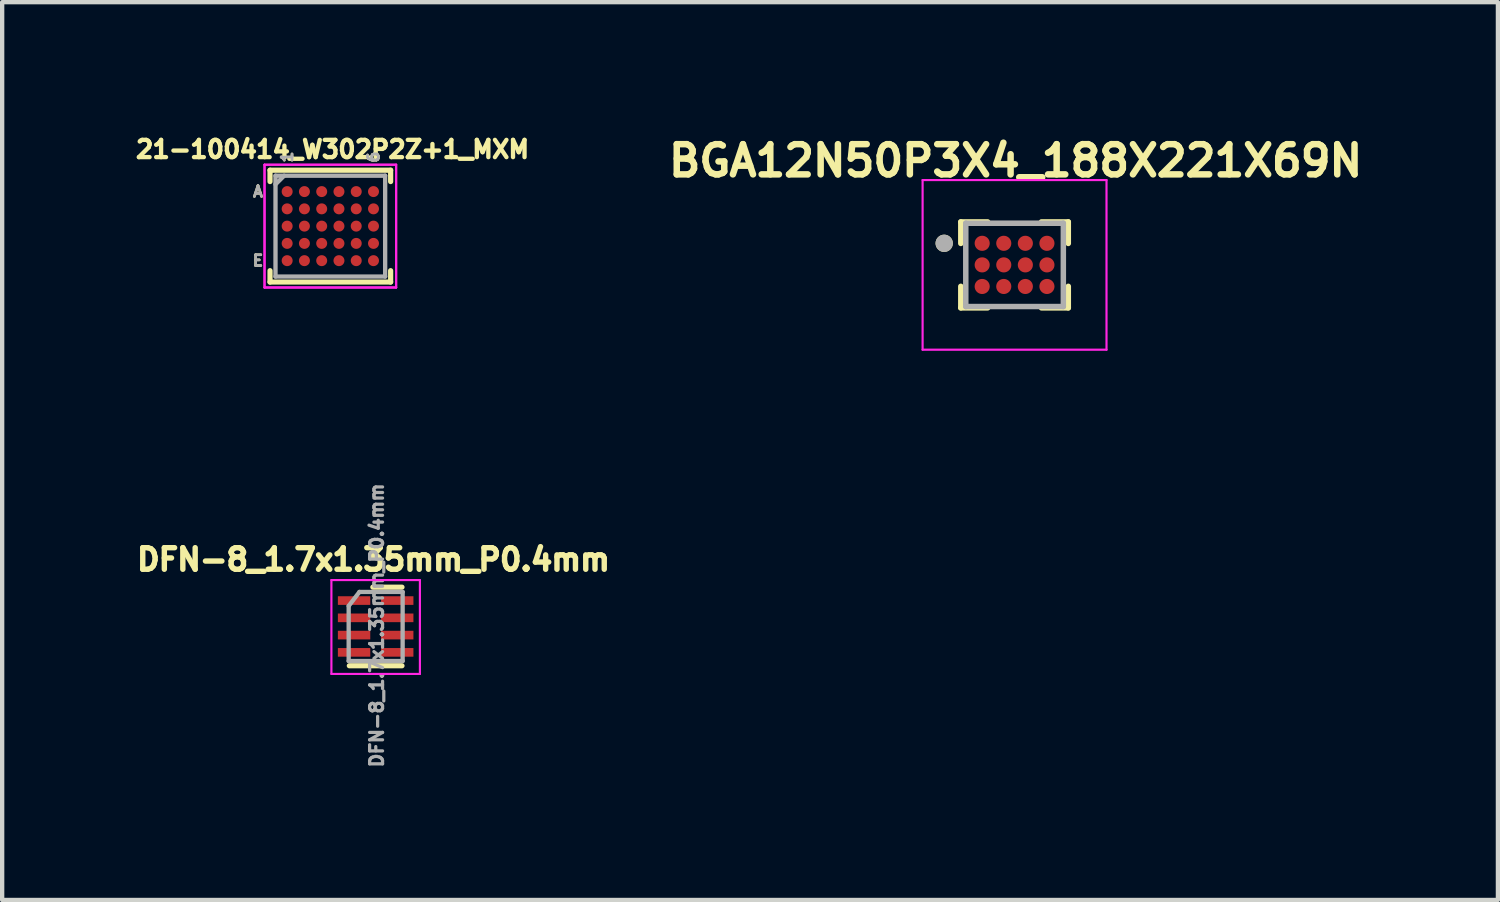
<source format=kicad_pcb>
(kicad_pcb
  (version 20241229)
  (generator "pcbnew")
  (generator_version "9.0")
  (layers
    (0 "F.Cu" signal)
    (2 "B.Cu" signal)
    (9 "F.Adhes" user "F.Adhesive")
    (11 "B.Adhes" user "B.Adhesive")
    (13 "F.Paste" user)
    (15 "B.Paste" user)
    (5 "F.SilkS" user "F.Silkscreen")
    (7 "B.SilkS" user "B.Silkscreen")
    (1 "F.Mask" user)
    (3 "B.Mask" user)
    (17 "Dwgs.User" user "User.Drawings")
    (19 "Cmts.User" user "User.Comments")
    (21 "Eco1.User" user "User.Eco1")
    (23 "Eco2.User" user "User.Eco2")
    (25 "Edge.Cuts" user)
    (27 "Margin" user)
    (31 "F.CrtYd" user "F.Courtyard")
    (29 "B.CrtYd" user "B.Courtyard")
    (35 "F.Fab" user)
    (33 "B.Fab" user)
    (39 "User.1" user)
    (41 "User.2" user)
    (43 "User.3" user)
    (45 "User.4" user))
  (footprint "21-100414_W302P2Z+1_MXM"
    (layer "F.Cu")
    (at 4.602 2.188)
    (property "Reference" "21-100414_W302P2Z+1_MXM" (at 0.051 -1.778 0) (layer "F.SilkS") (effects (font (size 0.4 0.4) (thickness 0.1))))
    (attr through_hole)
    (fp_line (start -1.397 -1.295) (end -1.397 -1.032) (stroke (width 0.12) (type solid)) (layer "F.SilkS"))
    (fp_line (start -1.397 1.032) (end -1.397 1.295) (stroke (width 0.12) (type solid)) (layer "F.SilkS"))
    (fp_line (start -1.397 1.295) (end 1.397 1.295) (stroke (width 0.12) (type solid)) (layer "F.SilkS"))
    (fp_line (start 1.397 -1.295) (end -1.397 -1.295) (stroke (width 0.12) (type solid)) (layer "F.SilkS"))
    (fp_line (start 1.397 -1.032) (end 1.397 -1.295) (stroke (width 0.12) (type solid)) (layer "F.SilkS"))
    (fp_line (start 1.397 1.295) (end 1.397 1.032) (stroke (width 0.12) (type solid)) (layer "F.SilkS"))
    (fp_line (start -1.524 -1.422) (end 1.524 -1.422) (stroke (width 0.05) (type solid)) (layer "F.CrtYd"))
    (fp_line (start -1.524 -1.422) (end 1.524 -1.422) (stroke (width 0.05) (type solid)) (layer "F.CrtYd"))
    (fp_line (start -1.524 1.422) (end -1.524 -1.422) (stroke (width 0.05) (type solid)) (layer "F.CrtYd"))
    (fp_line (start -1.524 1.422) (end -1.524 -1.422) (stroke (width 0.05) (type solid)) (layer "F.CrtYd"))
    (fp_line (start 1.524 -1.422) (end 1.524 1.422) (stroke (width 0.05) (type solid)) (layer "F.CrtYd"))
    (fp_line (start 1.524 -1.422) (end 1.524 1.422) (stroke (width 0.05) (type solid)) (layer "F.CrtYd"))
    (fp_line (start 1.524 1.422) (end -1.524 1.422) (stroke (width 0.05) (type solid)) (layer "F.CrtYd"))
    (fp_line (start 1.524 1.422) (end -1.524 1.422) (stroke (width 0.05) (type solid)) (layer "F.CrtYd"))
    (fp_line (start -1.27 -1.168) (end -1.27 1.168) (stroke (width 0.1) (type solid)) (layer "F.Fab"))
    (fp_line (start -1.27 1.168) (end 1.27 1.168) (stroke (width 0.1) (type solid)) (layer "F.Fab"))
    (fp_line (start -1.07 -1.168) (end -1.27 -0.968) (stroke (width 0.1) (type solid)) (layer "F.Fab"))
    (fp_line (start 1.27 -1.168) (end -1.27 -1.168) (stroke (width 0.1) (type solid)) (layer "F.Fab"))
    (fp_line (start 1.27 1.168) (end 1.27 -1.168) (stroke (width 0.1) (type solid)) (layer "F.Fab"))
    (fp_text user "1" (at -1 -1.6 90) (layer "F.SilkS") (effects (font (size 0.25 0.25) (thickness 0.062))))
    (fp_text user "E" (at -1.676 0.8 0) (layer "F.SilkS") (effects (font (size 0.25 0.25) (thickness 0.062))))
    (fp_text user "6" (at 1 -1.6 90) (layer "F.SilkS") (effects (font (size 0.25 0.25) (thickness 0.062))))
    (fp_text user "A" (at -1.676 -0.8 0) (layer "F.SilkS") (effects (font (size 0.25 0.25) (thickness 0.062))))
    (fp_text user "E" (at -1.676 0.8 0) (layer "F.Fab") (effects (font (size 0.25 0.25) (thickness 0.062))))
    (fp_text user "1" (at -1 -1.6 90) (layer "F.Fab") (effects (font (size 0.25 0.25) (thickness 0.062))))
    (fp_text user "A" (at -1.676 -0.8 0) (layer "F.Fab") (effects (font (size 0.25 0.25) (thickness 0.062))))
    (fp_text user "6" (at 1 -1.6 90) (layer "F.Fab") (effects (font (size 0.25 0.25) (thickness 0.062))))
    (pad "A1" smd circle (at -1 -0.8) (size 0.254 0.254) (layers "F.Cu" "F.Mask" "F.Paste"))
    (pad "A2" smd circle (at -0.6 -0.8) (size 0.254 0.254) (layers "F.Cu" "F.Mask" "F.Paste"))
    (pad "A3" smd circle (at -0.2 -0.8) (size 0.254 0.254) (layers "F.Cu" "F.Mask" "F.Paste"))
    (pad "A4" smd circle (at 0.2 -0.8) (size 0.254 0.254) (layers "F.Cu" "F.Mask" "F.Paste"))
    (pad "A5" smd circle (at 0.6 -0.8) (size 0.254 0.254) (layers "F.Cu" "F.Mask" "F.Paste"))
    (pad "A6" smd circle (at 1 -0.8) (size 0.254 0.254) (layers "F.Cu" "F.Mask" "F.Paste"))
    (pad "B1" smd circle (at -1 -0.4) (size 0.254 0.254) (layers "F.Cu" "F.Mask" "F.Paste"))
    (pad "B2" smd circle (at -0.6 -0.4) (size 0.254 0.254) (layers "F.Cu" "F.Mask" "F.Paste"))
    (pad "B3" smd circle (at -0.2 -0.4) (size 0.254 0.254) (layers "F.Cu" "F.Mask" "F.Paste"))
    (pad "B4" smd circle (at 0.2 -0.4) (size 0.254 0.254) (layers "F.Cu" "F.Mask" "F.Paste"))
    (pad "B5" smd circle (at 0.6 -0.4) (size 0.254 0.254) (layers "F.Cu" "F.Mask" "F.Paste"))
    (pad "B6" smd circle (at 1 -0.4) (size 0.254 0.254) (layers "F.Cu" "F.Mask" "F.Paste"))
    (pad "C1" smd circle (at -1 0) (size 0.254 0.254) (layers "F.Cu" "F.Mask" "F.Paste"))
    (pad "C2" smd circle (at -0.6 0) (size 0.254 0.254) (layers "F.Cu" "F.Mask" "F.Paste"))
    (pad "C3" smd circle (at -0.2 0) (size 0.254 0.254) (layers "F.Cu" "F.Mask" "F.Paste"))
    (pad "C4" smd circle (at 0.2 0) (size 0.254 0.254) (layers "F.Cu" "F.Mask" "F.Paste"))
    (pad "C5" smd circle (at 0.6 0) (size 0.254 0.254) (layers "F.Cu" "F.Mask" "F.Paste"))
    (pad "C6" smd circle (at 1 0) (size 0.254 0.254) (layers "F.Cu" "F.Mask" "F.Paste"))
    (pad "D1" smd circle (at -1 0.4) (size 0.254 0.254) (layers "F.Cu" "F.Mask" "F.Paste"))
    (pad "D2" smd circle (at -0.6 0.4) (size 0.254 0.254) (layers "F.Cu" "F.Mask" "F.Paste"))
    (pad "D3" smd circle (at -0.2 0.4) (size 0.254 0.254) (layers "F.Cu" "F.Mask" "F.Paste"))
    (pad "D4" smd circle (at 0.2 0.4) (size 0.254 0.254) (layers "F.Cu" "F.Mask" "F.Paste"))
    (pad "D5" smd circle (at 0.6 0.4) (size 0.254 0.254) (layers "F.Cu" "F.Mask" "F.Paste"))
    (pad "D6" smd circle (at 1 0.4) (size 0.254 0.254) (layers "F.Cu" "F.Mask" "F.Paste"))
    (pad "E1" smd circle (at -1 0.8) (size 0.254 0.254) (layers "F.Cu" "F.Mask" "F.Paste"))
    (pad "E2" smd circle (at -0.6 0.8) (size 0.254 0.254) (layers "F.Cu" "F.Mask" "F.Paste"))
    (pad "E3" smd circle (at -0.2 0.8) (size 0.254 0.254) (layers "F.Cu" "F.Mask" "F.Paste"))
    (pad "E4" smd circle (at 0.2 0.8) (size 0.254 0.254) (layers "F.Cu" "F.Mask" "F.Paste"))
    (pad "E5" smd circle (at 0.6 0.8) (size 0.254 0.254) (layers "F.Cu" "F.Mask" "F.Paste"))
    (pad "E6" smd circle (at 1 0.8) (size 0.254 0.254) (layers "F.Cu" "F.Mask" "F.Paste")))
  (footprint "DFN-8_1.7x1.35mm_P0.4mm"
    (layer "F.Cu")
    (at 6.102 11.612)
    (property "Reference" "DFN-8_1.7x1.35mm_P0.4mm" (at -0.5 -1.7 0) (layer "F.SilkS") (effects (font (size 0.5 0.5) (thickness 0.125))))
    (attr smd)
    (fp_line (start -1.06 0.76) (end 0.16 0.76) (stroke (width 0.12) (type solid)) (layer "F.SilkS"))
    (fp_line (start -0.515 -1.06) (end 0.16 -1.06) (stroke (width 0.12) (type solid)) (layer "F.SilkS"))
    (fp_line (start -1.475 -1.225) (end -1.475 0.95) (stroke (width 0.05) (type solid)) (layer "F.CrtYd"))
    (fp_line (start -1.475 -1.225) (end 0.575 -1.225) (stroke (width 0.05) (type solid)) (layer "F.CrtYd"))
    (fp_line (start -1.475 0.95) (end 0.575 0.95) (stroke (width 0.05) (type solid)) (layer "F.CrtYd"))
    (fp_line (start 0.575 -1.225) (end 0.575 0.95) (stroke (width 0.05) (type solid)) (layer "F.CrtYd"))
    (fp_line (start -1.075 -0.625) (end -0.825 -0.95) (stroke (width 0.1) (type solid)) (layer "F.Fab"))
    (fp_line (start -1.075 0.65) (end -1.075 -0.625) (stroke (width 0.1) (type solid)) (layer "F.Fab"))
    (fp_line (start -0.825 -0.95) (end 0.175 -0.95) (stroke (width 0.1) (type solid)) (layer "F.Fab"))
    (fp_line (start 0.175 -0.95) (end 0.175 0.65) (stroke (width 0.1) (type solid)) (layer "F.Fab"))
    (fp_line (start 0.175 0.65) (end -1.075 0.65) (stroke (width 0.1) (type solid)) (layer "F.Fab"))
    (fp_text user "${REFERENCE}" (at -0.425 -0.175 90) (layer "F.Fab") (effects (font (size 0.3 0.3) (thickness 0.075))))
    (pad "1" smd rect (at -0.95 -0.75) (size 0.75 0.2) (layers "F.Cu" "F.Mask" "F.Paste"))
    (pad "2" smd rect (at -0.95 -0.35) (size 0.75 0.2) (layers "F.Cu" "F.Mask" "F.Paste"))
    (pad "3" smd rect (at -0.95 0.05) (size 0.75 0.2) (layers "F.Cu" "F.Mask" "F.Paste"))
    (pad "4" smd rect (at -0.95 0.45) (size 0.75 0.2) (layers "F.Cu" "F.Mask" "F.Paste"))
    (pad "5" smd rect (at 0.05 0.45) (size 0.75 0.2) (layers "F.Cu" "F.Mask" "F.Paste"))
    (pad "6" smd rect (at 0.05 0.05) (size 0.75 0.2) (layers "F.Cu" "F.Mask" "F.Paste"))
    (pad "7" smd rect (at 0.05 -0.35) (size 0.75 0.2) (layers "F.Cu" "F.Mask" "F.Paste"))
    (pad "8" smd rect (at 0.05 -0.75) (size 0.75 0.2) (layers "F.Cu" "F.Mask" "F.Paste")))
  (footprint "BGA12N50P3X4_188X221X69N"
    (layer "F.Cu")
    (at 20.452 3.086)
    (property "Reference" "BGA12N50P3X4_188X221X69N" (at 0.025 -2.413 0) (layer "F.SilkS") (effects (font (size 0.7 0.7) (thickness 0.15))))
    (attr through_hole)
    (fp_line (start -1.245 -0.995) (end -1.245 -0.497) (stroke (width 0.127) (type solid)) (layer "F.SilkS"))
    (fp_line (start -1.245 -0.995) (end -0.623 -0.995) (stroke (width 0.127) (type solid)) (layer "F.SilkS"))
    (fp_line (start -1.245 0.995) (end -1.245 0.497) (stroke (width 0.127) (type solid)) (layer "F.SilkS"))
    (fp_line (start -1.245 0.995) (end -0.623 0.995) (stroke (width 0.127) (type solid)) (layer "F.SilkS"))
    (fp_line (start 1.245 -0.995) (end 0.623 -0.995) (stroke (width 0.127) (type solid)) (layer "F.SilkS"))
    (fp_line (start 1.245 -0.995) (end 1.245 -0.497) (stroke (width 0.127) (type solid)) (layer "F.SilkS"))
    (fp_line (start 1.245 0.995) (end 0.623 0.995) (stroke (width 0.127) (type solid)) (layer "F.SilkS"))
    (fp_line (start 1.245 0.995) (end 1.245 0.497) (stroke (width 0.127) (type solid)) (layer "F.SilkS"))
    (fp_circle (center -1.63 -0.5) (end -1.53 -0.5) (stroke (width 0.2) (type solid)) (fill no) (layer "F.SilkS"))
    (fp_line (start -2.13 -1.965) (end 2.13 -1.965) (stroke (width 0.05) (type solid)) (layer "F.CrtYd"))
    (fp_line (start -2.13 1.965) (end -2.13 -1.965) (stroke (width 0.05) (type solid)) (layer "F.CrtYd"))
    (fp_line (start -2.13 1.965) (end 2.13 1.965) (stroke (width 0.05) (type solid)) (layer "F.CrtYd"))
    (fp_line (start 2.13 1.965) (end 2.13 -1.965) (stroke (width 0.05) (type solid)) (layer "F.CrtYd"))
    (fp_line (start -1.13 0.965) (end -1.13 -0.965) (stroke (width 0.127) (type solid)) (layer "F.Fab"))
    (fp_line (start 1.13 -0.965) (end -1.13 -0.965) (stroke (width 0.127) (type solid)) (layer "F.Fab"))
    (fp_line (start 1.13 0.965) (end -1.13 0.965) (stroke (width 0.127) (type solid)) (layer "F.Fab"))
    (fp_line (start 1.13 0.965) (end 1.13 -0.965) (stroke (width 0.127) (type solid)) (layer "F.Fab"))
    (fp_circle (center -1.63 -0.5) (end -1.53 -0.5) (stroke (width 0.2) (type solid)) (fill no) (layer "F.Fab"))
    (pad "A1" smd circle (at -0.75 -0.5) (size 0.35 0.35) (layers "F.Cu" "F.Mask" "F.Paste"))
    (pad "A2" smd circle (at -0.25 -0.5) (size 0.35 0.35) (layers "F.Cu" "F.Mask" "F.Paste"))
    (pad "A3" smd circle (at 0.25 -0.5) (size 0.35 0.35) (layers "F.Cu" "F.Mask" "F.Paste"))
    (pad "A4" smd circle (at 0.75 -0.5) (size 0.35 0.35) (layers "F.Cu" "F.Mask" "F.Paste"))
    (pad "B1" smd circle (at -0.75 0) (size 0.35 0.35) (layers "F.Cu" "F.Mask" "F.Paste"))
    (pad "B2" smd circle (at -0.25 0) (size 0.35 0.35) (layers "F.Cu" "F.Mask" "F.Paste"))
    (pad "B3" smd circle (at 0.25 0) (size 0.35 0.35) (layers "F.Cu" "F.Mask" "F.Paste"))
    (pad "B4" smd circle (at 0.75 0) (size 0.35 0.35) (layers "F.Cu" "F.Mask" "F.Paste"))
    (pad "C1" smd circle (at -0.75 0.5) (size 0.35 0.35) (layers "F.Cu" "F.Mask" "F.Paste"))
    (pad "C2" smd circle (at -0.25 0.5) (size 0.35 0.35) (layers "F.Cu" "F.Mask" "F.Paste"))
    (pad "C3" smd circle (at 0.25 0.5) (size 0.35 0.35) (layers "F.Cu" "F.Mask" "F.Paste"))
    (pad "C4" smd circle (at 0.75 0.5) (size 0.35 0.35) (layers "F.Cu" "F.Mask" "F.Paste")))
  (gr_rect
    (start -3 -3)
    (end 31.649 17.798)
    (stroke (width 0.1) (type default))
    (fill no)
    (layer "Edge.Cuts")))
</source>
